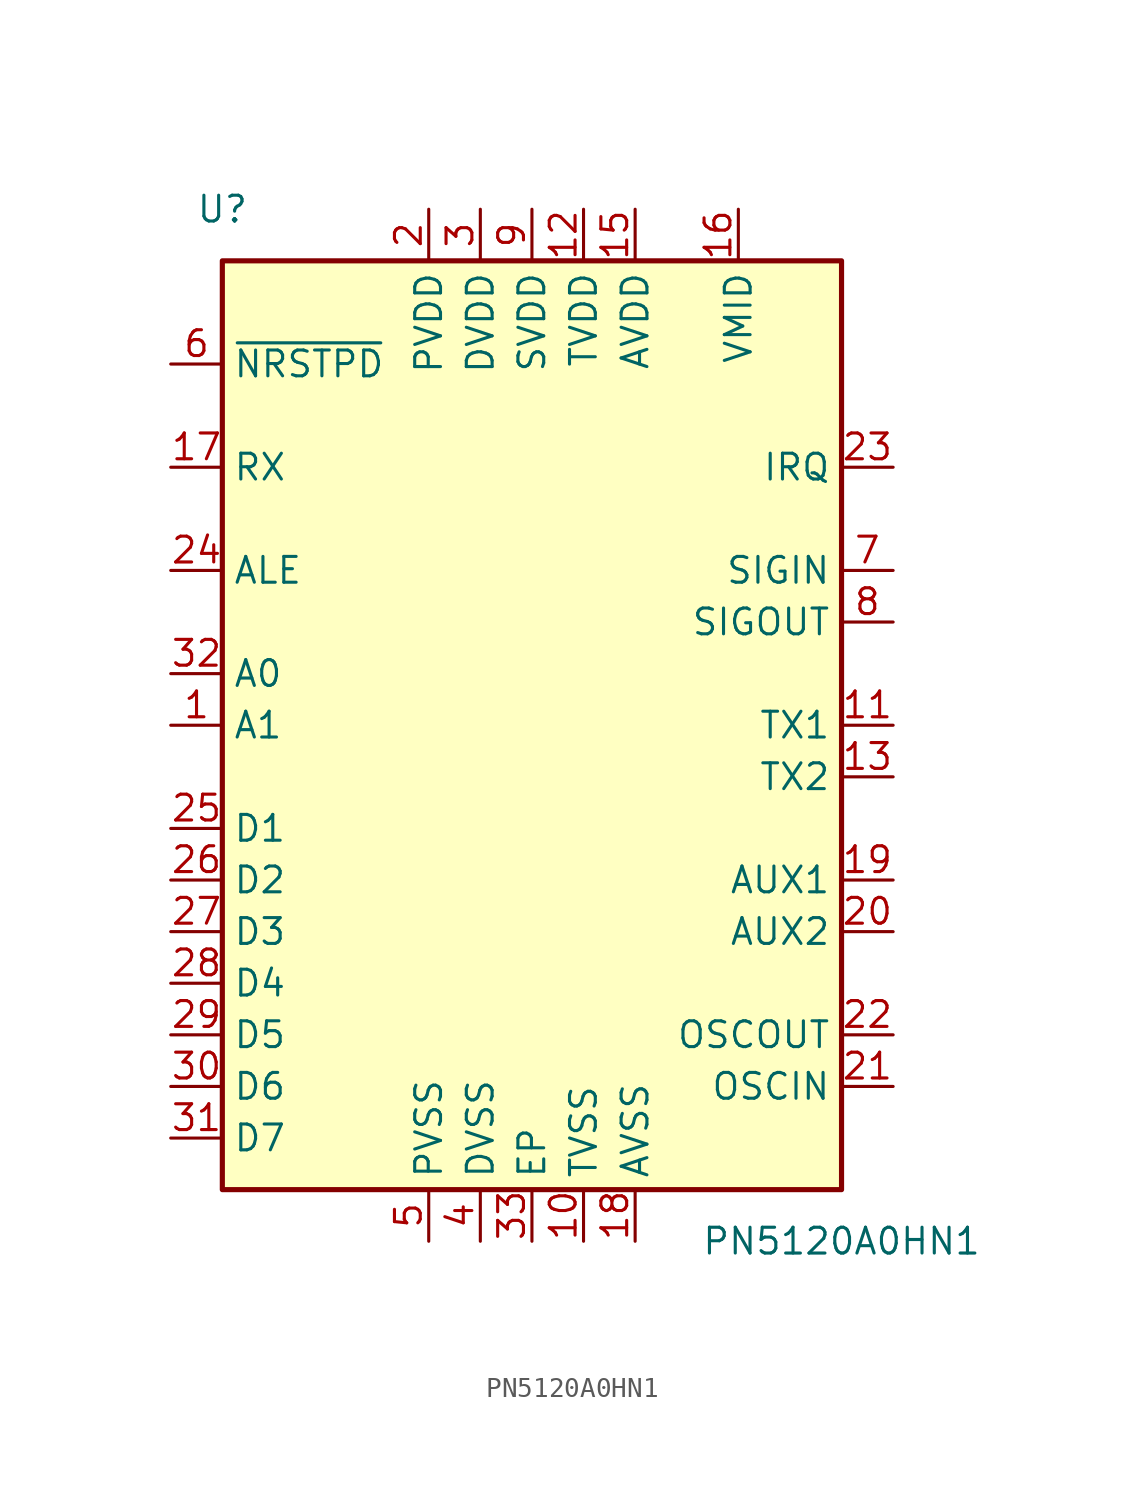
<source format=kicad_sym>
(kicad_symbol_lib
  (version 20201005)
  (generator kicad_symbol_editor)
  (symbol "PN5120A0HN1"
    (property "Reference" "U"
      (at -15.24 25.4 0)
      (effects (font (size 1.27 1.27))))
    (property "Value" "PN5120A0HN1"
      (at 15.24 -25.4 0)
      (effects (font (size 1.27 1.27))))
    (symbol "PN5120A0HN1_0_1"
      (rectangle (start -15.24 22.86) (end 15.24 -22.86) (stroke (width 0.254)) (fill (type background))))
    (symbol "PN5120A0HN1_1_1"
      (pin input line (at -17.78 0 0) (length 2.54) (name "A1" (effects (font (size 1.27 1.27)))) (number "1" (effects (font (size 1.27 1.27)))))
      (pin power_in line (at 2.54 -25.4 90) (length 2.54) (name "TVSS" (effects (font (size 1.27 1.27)))) (number "10" (effects (font (size 1.27 1.27)))))
      (pin output line (at 17.78 0 180) (length 2.54) (name "TX1" (effects (font (size 1.27 1.27)))) (number "11" (effects (font (size 1.27 1.27)))))
      (pin power_in line (at 2.54 25.4 270) (length 2.54) (name "TVDD" (effects (font (size 1.27 1.27)))) (number "12" (effects (font (size 1.27 1.27)))))
      (pin output line (at 17.78 -2.54 180) (length 2.54) (name "TX2" (effects (font (size 1.27 1.27)))) (number "13" (effects (font (size 1.27 1.27)))))
      (pin passive line (at 2.54 -25.4 90) (length 2.54) hide (name "TVSS" (effects (font (size 1.27 1.27)))) (number "14" (effects (font (size 1.27 1.27)))))
      (pin power_in line (at 5.08 25.4 270) (length 2.54) (name "AVDD" (effects (font (size 1.27 1.27)))) (number "15" (effects (font (size 1.27 1.27)))))
      (pin power_out line (at 10.16 25.4 270) (length 2.54) (name "VMID" (effects (font (size 1.27 1.27)))) (number "16" (effects (font (size 1.27 1.27)))))
      (pin input line (at -17.78 12.7 0) (length 2.54) (name "RX" (effects (font (size 1.27 1.27)))) (number "17" (effects (font (size 1.27 1.27)))))
      (pin power_in line (at 5.08 -25.4 90) (length 2.54) (name "AVSS" (effects (font (size 1.27 1.27)))) (number "18" (effects (font (size 1.27 1.27)))))
      (pin output line (at 17.78 -7.62 180) (length 2.54) (name "AUX1" (effects (font (size 1.27 1.27)))) (number "19" (effects (font (size 1.27 1.27)))))
      (pin power_in line (at -5.08 25.4 270) (length 2.54) (name "PVDD" (effects (font (size 1.27 1.27)))) (number "2" (effects (font (size 1.27 1.27)))))
      (pin output line (at 17.78 -10.16 180) (length 2.54) (name "AUX2" (effects (font (size 1.27 1.27)))) (number "20" (effects (font (size 1.27 1.27)))))
      (pin input line (at 17.78 -17.78 180) (length 2.54) (name "OSCIN" (effects (font (size 1.27 1.27)))) (number "21" (effects (font (size 1.27 1.27)))))
      (pin output line (at 17.78 -15.24 180) (length 2.54) (name "OSCOUT" (effects (font (size 1.27 1.27)))) (number "22" (effects (font (size 1.27 1.27)))))
      (pin output line (at 17.78 12.7 180) (length 2.54) (name "IRQ" (effects (font (size 1.27 1.27)))) (number "23" (effects (font (size 1.27 1.27)))))
      (pin input line (at -17.78 7.62 0) (length 2.54) (name "ALE" (effects (font (size 1.27 1.27)))) (number "24" (effects (font (size 1.27 1.27)))))
      (pin bidirectional line (at -17.78 -5.08 0) (length 2.54) (name "D1" (effects (font (size 1.27 1.27)))) (number "25" (effects (font (size 1.27 1.27)))))
      (pin bidirectional line (at -17.78 -7.62 0) (length 2.54) (name "D2" (effects (font (size 1.27 1.27)))) (number "26" (effects (font (size 1.27 1.27)))))
      (pin bidirectional line (at -17.78 -10.16 0) (length 2.54) (name "D3" (effects (font (size 1.27 1.27)))) (number "27" (effects (font (size 1.27 1.27)))))
      (pin bidirectional line (at -17.78 -12.7 0) (length 2.54) (name "D4" (effects (font (size 1.27 1.27)))) (number "28" (effects (font (size 1.27 1.27)))))
      (pin bidirectional line (at -17.78 -15.24 0) (length 2.54) (name "D5" (effects (font (size 1.27 1.27)))) (number "29" (effects (font (size 1.27 1.27)))))
      (pin power_in line (at -2.54 25.4 270) (length 2.54) (name "DVDD" (effects (font (size 1.27 1.27)))) (number "3" (effects (font (size 1.27 1.27)))))
      (pin bidirectional line (at -17.78 -17.78 0) (length 2.54) (name "D6" (effects (font (size 1.27 1.27)))) (number "30" (effects (font (size 1.27 1.27)))))
      (pin bidirectional line (at -17.78 -20.32 0) (length 2.54) (name "D7" (effects (font (size 1.27 1.27)))) (number "31" (effects (font (size 1.27 1.27)))))
      (pin input line (at -17.78 2.54 0) (length 2.54) (name "A0" (effects (font (size 1.27 1.27)))) (number "32" (effects (font (size 1.27 1.27)))))
      (pin passive line (at 0 -25.4 90) (length 2.54) (name "EP" (effects (font (size 1.27 1.27)))) (number "33" (effects (font (size 1.27 1.27)))))
      (pin power_in line (at -2.54 -25.4 90) (length 2.54) (name "DVSS" (effects (font (size 1.27 1.27)))) (number "4" (effects (font (size 1.27 1.27)))))
      (pin power_in line (at -5.08 -25.4 90) (length 2.54) (name "PVSS" (effects (font (size 1.27 1.27)))) (number "5" (effects (font (size 1.27 1.27)))))
      (pin input line (at -17.78 17.78 0) (length 2.54) (name "~NRSTPD" (effects (font (size 1.27 1.27)))) (number "6" (effects (font (size 1.27 1.27)))))
      (pin input line (at 17.78 7.62 180) (length 2.54) (name "SIGIN" (effects (font (size 1.27 1.27)))) (number "7" (effects (font (size 1.27 1.27)))))
      (pin output line (at 17.78 5.08 180) (length 2.54) (name "SIGOUT" (effects (font (size 1.27 1.27)))) (number "8" (effects (font (size 1.27 1.27)))))
      (pin power_in line (at 0 25.4 270) (length 2.54) (name "SVDD" (effects (font (size 1.27 1.27)))) (number "9" (effects (font (size 1.27 1.27))))))))
</source>
